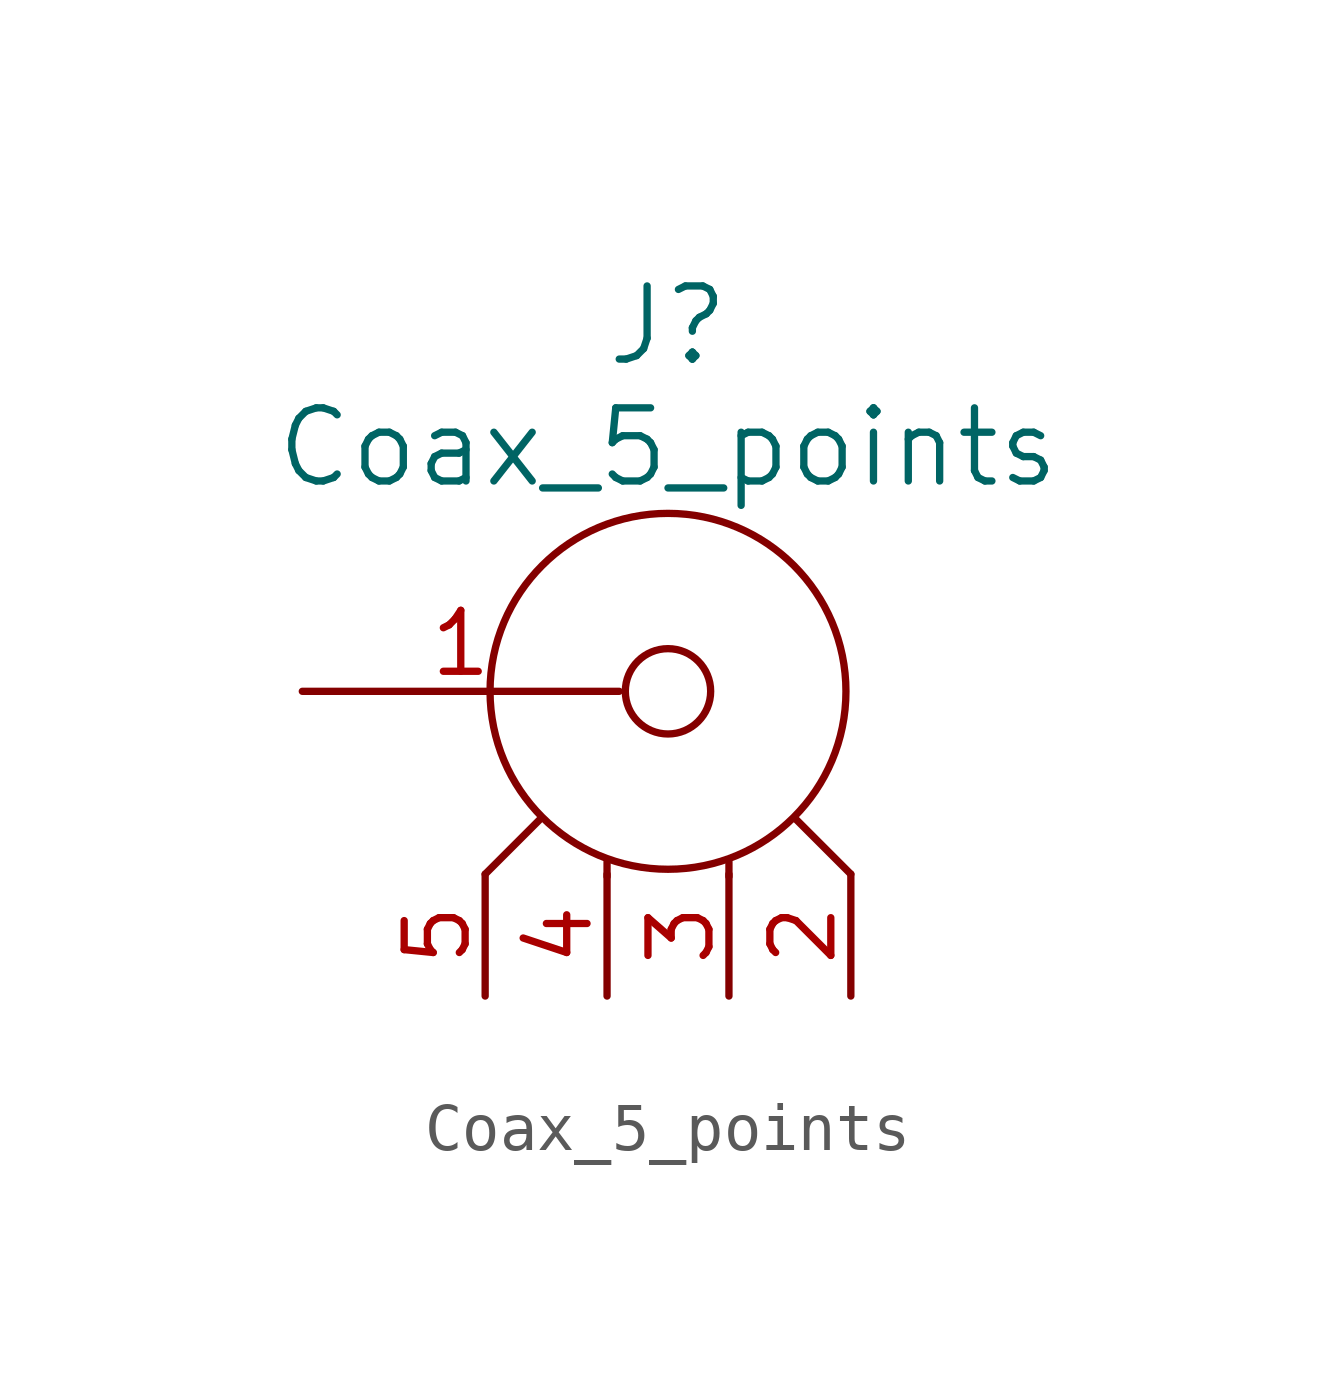
<source format=kicad_sym>
(kicad_symbol_lib
  (version 20230620)
  (generator kicad_symbol_editor)
  (symbol "Coax_5_points"
    (pin_names
      (offset 1.016) hide)
    (property "Reference" "J"
      (at 7.62 7.62 0)
      (effects (font (size 1.524 1.524))))
    (property "Value" "Coax_5_points"
      (at 7.62 5.08 0)
      (effects (font (size 1.524 1.524))))
    (property "Datasheet" ""
      (at 0 0 0)
      (effects (font (size 1.524 1.524))))
    (symbol "Coax_5_points_0_1"
      (polyline (pts (xy 3.81 -3.81) (xy 4.953 -2.667)) (stroke (width 0) (type default)) (fill (type none)))
      (polyline (pts (xy 6.35 -3.861) (xy 6.35 -3.556)) (stroke (width 0) (type default)) (fill (type none)))
      (polyline (pts (xy 8.89 -3.861) (xy 8.89 -3.556)) (stroke (width 0) (type default)) (fill (type none)))
      (polyline (pts (xy 11.43 -3.81) (xy 10.287 -2.667)) (stroke (width 0) (type default)) (fill (type none)))
      (circle (center 7.62 0) (radius 0.889) (stroke (width 0) (type default)) (fill (type none)))
      (circle (center 7.62 0) (radius 3.708) (stroke (width 0) (type default)) (fill (type none))))
    (symbol "Coax_5_points_1_1"
      (pin passive line (at 0 0 0) (length 6.604) (name "P" (effects (font (size 1.27 1.27)))) (number "1" (effects (font (size 1.27 1.27)))))
      (pin passive line (at 11.43 -6.35 90) (length 2.54) (name "GND0" (effects (font (size 1.27 1.27)))) (number "2" (effects (font (size 1.27 1.27)))))
      (pin passive line (at 8.89 -6.35 90) (length 2.54) (name "GND1" (effects (font (size 1.27 1.27)))) (number "3" (effects (font (size 1.27 1.27)))))
      (pin passive line (at 6.35 -6.35 90) (length 2.54) (name "GND2" (effects (font (size 1.27 1.27)))) (number "4" (effects (font (size 1.27 1.27)))))
      (pin passive line (at 3.81 -6.35 90) (length 2.54) (name "GND3" (effects (font (size 1.27 1.27)))) (number "5" (effects (font (size 1.27 1.27))))))))
</source>
